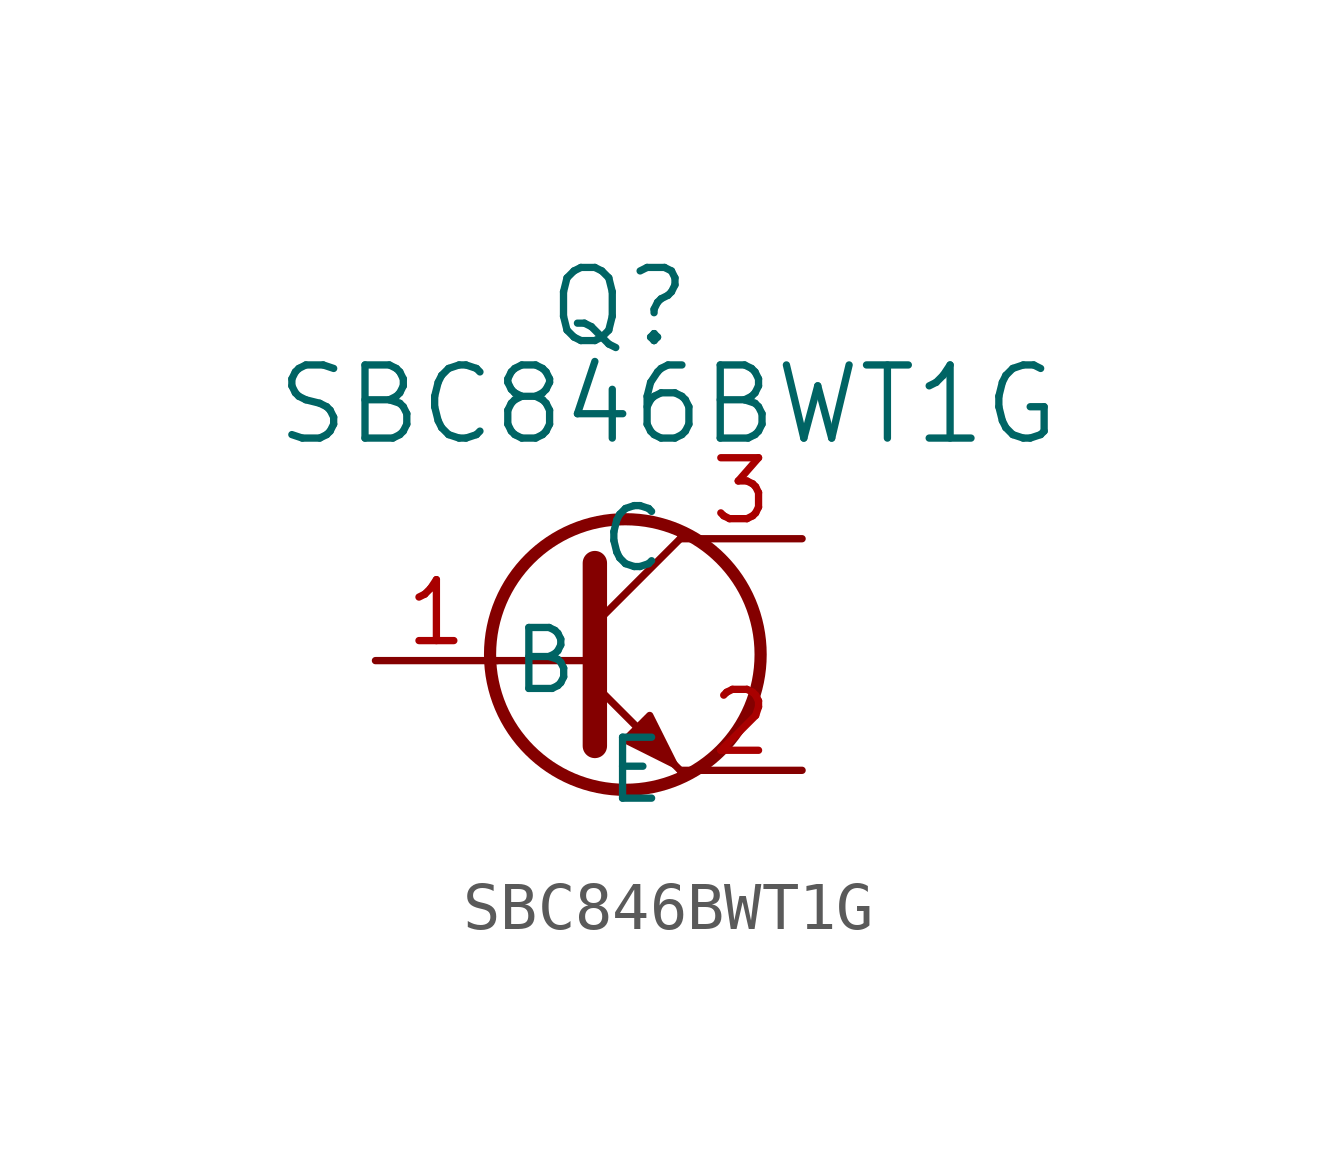
<source format=kicad_sym>
(kicad_symbol_lib
  (version 20231120)
  (generator "kicad_symbol_editor")
  (generator_version "8.0")
  (symbol "SBC846BWT1G"
    (pin_names
      (offset 0.254))
    (property "Reference" "Q"
      (at 0.508 1.524 0)
      (effects (font (size 1.524 1.524))))
    (property "Value" "SBC846BWT1G"
      (at 1.524 -0.508 0)
      (effects (font (size 1.524 1.524))))
    (symbol "SBC846BWT1G_0_1"
      (polyline (pts (xy -2.032 -5.842) (xy 0 -5.842)) (stroke (width 0) (type default)) (fill (type none)))
      (polyline (pts (xy 0 -5.08) (xy 1.905 -3.175)) (stroke (width 0) (type default)) (fill (type none)))
      (polyline (pts (xy 0 -6.35) (xy 1.905 -8.255) (xy 1.905 -8.255)) (stroke (width 0) (type default)) (fill (type none)))
      (polyline (pts (xy 0 -3.81) (xy 0 -7.62) (xy 0 -7.62)) (stroke (width 0.508) (type default)) (fill (type none)))
      (polyline (pts (xy 0.635 -7.493) (xy 1.143 -6.985) (xy 1.651 -8.001) (xy 0.635 -7.493) (xy 0.635 -7.493)) (stroke (width 0) (type default)) (fill (type outline)))
      (circle (center 0.635 -5.715) (radius 2.819) (stroke (width 0.254) (type default)) (fill (type none))))
    (symbol "SBC846BWT1G_1_1"
      (pin passive line (at -4.572 -5.842 0) (length 2.54) (name "B" (effects (font (size 1.27 1.27)))) (number "1" (effects (font (size 1.27 1.27)))))
      (pin open_emitter line (at 4.318 -8.128 180) (length 2.54) (name "E" (effects (font (size 1.27 1.27)))) (number "2" (effects (font (size 1.27 1.27)))))
      (pin open_collector line (at 4.318 -3.302 180) (length 2.54) (name "C" (effects (font (size 1.27 1.27)))) (number "3" (effects (font (size 1.27 1.27))))))))
</source>
